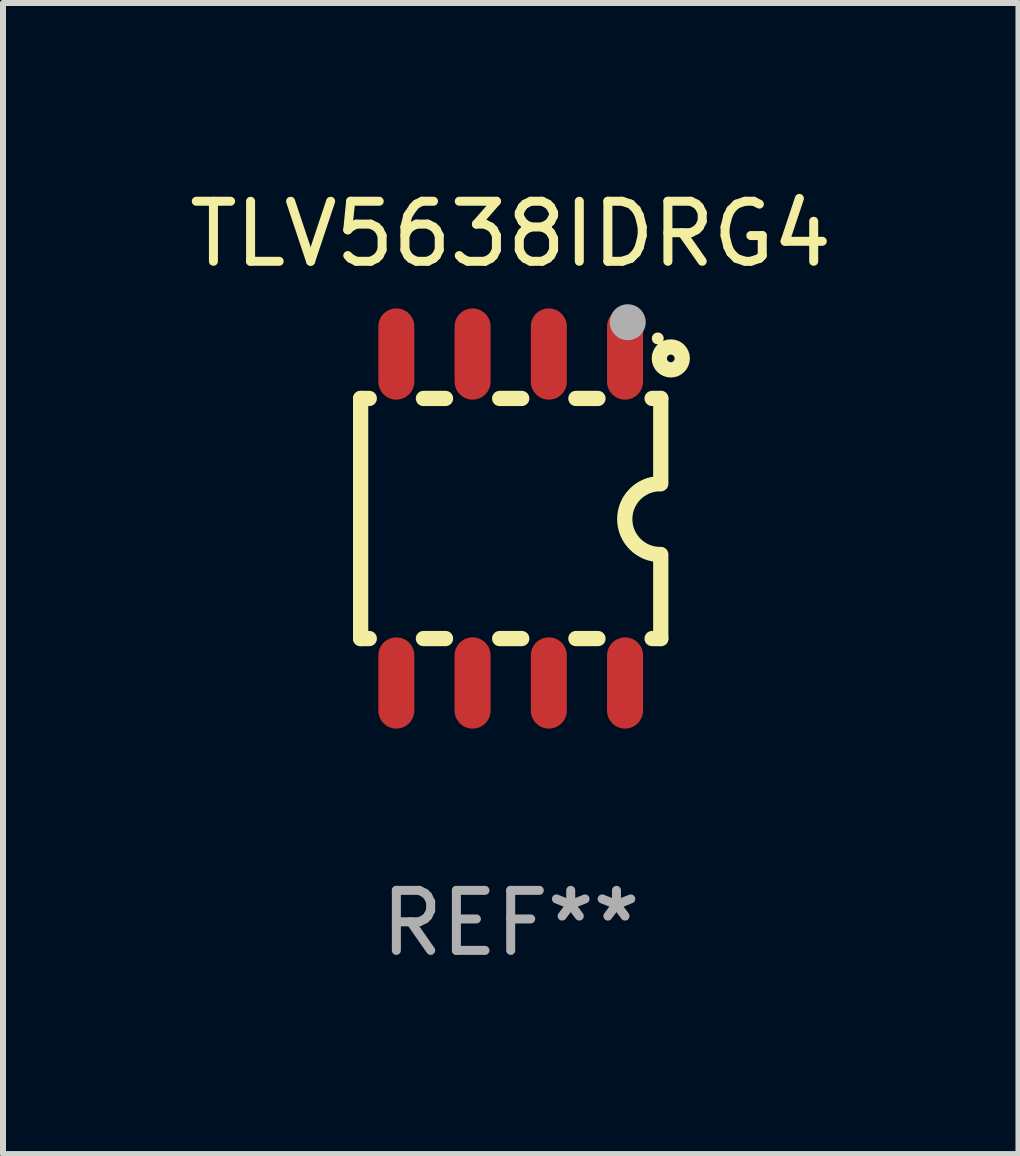
<source format=kicad_pcb>
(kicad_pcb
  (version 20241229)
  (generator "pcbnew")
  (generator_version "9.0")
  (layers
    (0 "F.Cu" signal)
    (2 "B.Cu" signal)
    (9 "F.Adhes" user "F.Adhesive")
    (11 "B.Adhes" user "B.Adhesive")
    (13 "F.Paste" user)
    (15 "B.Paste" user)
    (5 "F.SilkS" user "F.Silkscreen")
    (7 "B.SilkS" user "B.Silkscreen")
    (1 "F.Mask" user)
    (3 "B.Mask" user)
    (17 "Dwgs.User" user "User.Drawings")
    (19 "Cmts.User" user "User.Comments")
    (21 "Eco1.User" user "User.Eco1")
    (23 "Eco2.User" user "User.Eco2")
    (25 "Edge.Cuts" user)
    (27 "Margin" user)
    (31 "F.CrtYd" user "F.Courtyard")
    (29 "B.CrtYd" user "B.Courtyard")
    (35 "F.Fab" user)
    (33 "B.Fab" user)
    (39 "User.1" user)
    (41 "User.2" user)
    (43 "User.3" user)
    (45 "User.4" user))
  (footprint "TLV5638IDRG4"
    (layer "F.Cu")
    (at 5.458 5.588)
    (property "Reference" "TLV5638IDRG4" (at 0 -4.74 0) (layer "F.SilkS") (effects (font (size 1 1) (thickness 0.15))))
    (attr through_hole)
    (fp_line (start -2.5 2) (end -2.5 -2) (stroke (width 0.254) (type solid)) (layer "F.SilkS"))
    (fp_line (start -2.356 -2) (end -2.5 -2) (stroke (width 0.254) (type solid)) (layer "F.SilkS"))
    (fp_line (start -2.356 2) (end -2.5 2) (stroke (width 0.254) (type solid)) (layer "F.SilkS"))
    (fp_line (start -1.086 -2) (end -1.454 -2) (stroke (width 0.254) (type solid)) (layer "F.SilkS"))
    (fp_line (start -1.086 2) (end -1.454 2) (stroke (width 0.254) (type solid)) (layer "F.SilkS"))
    (fp_line (start 0.184 -2) (end -0.184 -2) (stroke (width 0.254) (type solid)) (layer "F.SilkS"))
    (fp_line (start 0.184 2) (end -0.184 2) (stroke (width 0.254) (type solid)) (layer "F.SilkS"))
    (fp_line (start 1.454 -2) (end 1.086 -2) (stroke (width 0.254) (type solid)) (layer "F.SilkS"))
    (fp_line (start 1.454 2) (end 1.086 2) (stroke (width 0.254) (type solid)) (layer "F.SilkS"))
    (fp_line (start 2.5 -2) (end 2.356 -2) (stroke (width 0.254) (type solid)) (layer "F.SilkS"))
    (fp_line (start 2.5 -0.58) (end 2.5 -2) (stroke (width 0.254) (type solid)) (layer "F.SilkS"))
    (fp_line (start 2.5 2) (end 2.356 2) (stroke (width 0.254) (type solid)) (layer "F.SilkS"))
    (fp_line (start 2.5 2) (end 2.5 0.6) (stroke (width 0.254) (type solid)) (layer "F.SilkS"))
    (fp_arc (start 2.489992 0.600051) (mid 1.901674 0.010046) (end 2.489992 -0.579959) (stroke (width 0.254001) (type solid)) (layer "F.SilkS"))
    (fp_circle (center 2.45 -3) (end 2.5 -3) (stroke (width 0.1) (type solid)) (fill no) (layer "F.SilkS"))
    (fp_circle (center 2.667 -2.667) (end 2.858 -2.667) (stroke (width 0.254) (type solid)) (fill no) (layer "F.SilkS"))
    (fp_circle (center 1.95 -3.27) (end 2.1 -3.27) (stroke (width 0.3) (type solid)) (fill no) (layer "F.Fab"))
    (fp_text user "REF**" (at 0 6.74 0) (layer "F.Fab") (effects (font (size 1 1) (thickness 0.15))))
    (pad "1" smd oval (at 1.905 -2.74) (size 0.6 1.52) (layers "F.Cu" "F.Mask" "F.Paste"))
    (pad "2" smd oval (at 0.635 -2.74) (size 0.6 1.52) (layers "F.Cu" "F.Mask" "F.Paste"))
    (pad "3" smd oval (at -0.635 -2.74) (size 0.6 1.52) (layers "F.Cu" "F.Mask" "F.Paste"))
    (pad "4" smd oval (at -1.905 -2.74) (size 0.6 1.52) (layers "F.Cu" "F.Mask" "F.Paste"))
    (pad "5" smd oval (at -1.905 2.74) (size 0.6 1.52) (layers "F.Cu" "F.Mask" "F.Paste"))
    (pad "6" smd oval (at -0.635 2.74) (size 0.6 1.52) (layers "F.Cu" "F.Mask" "F.Paste"))
    (pad "7" smd oval (at 0.635 2.74) (size 0.6 1.52) (layers "F.Cu" "F.Mask" "F.Paste"))
    (pad "8" smd oval (at 1.905 2.74) (size 0.6 1.52) (layers "F.Cu" "F.Mask" "F.Paste")))
  (gr_rect
    (start -3 -3)
    (end 13.917 16.176)
    (stroke (width 0.1) (type default))
    (fill no)
    (layer "Edge.Cuts")))
</source>
